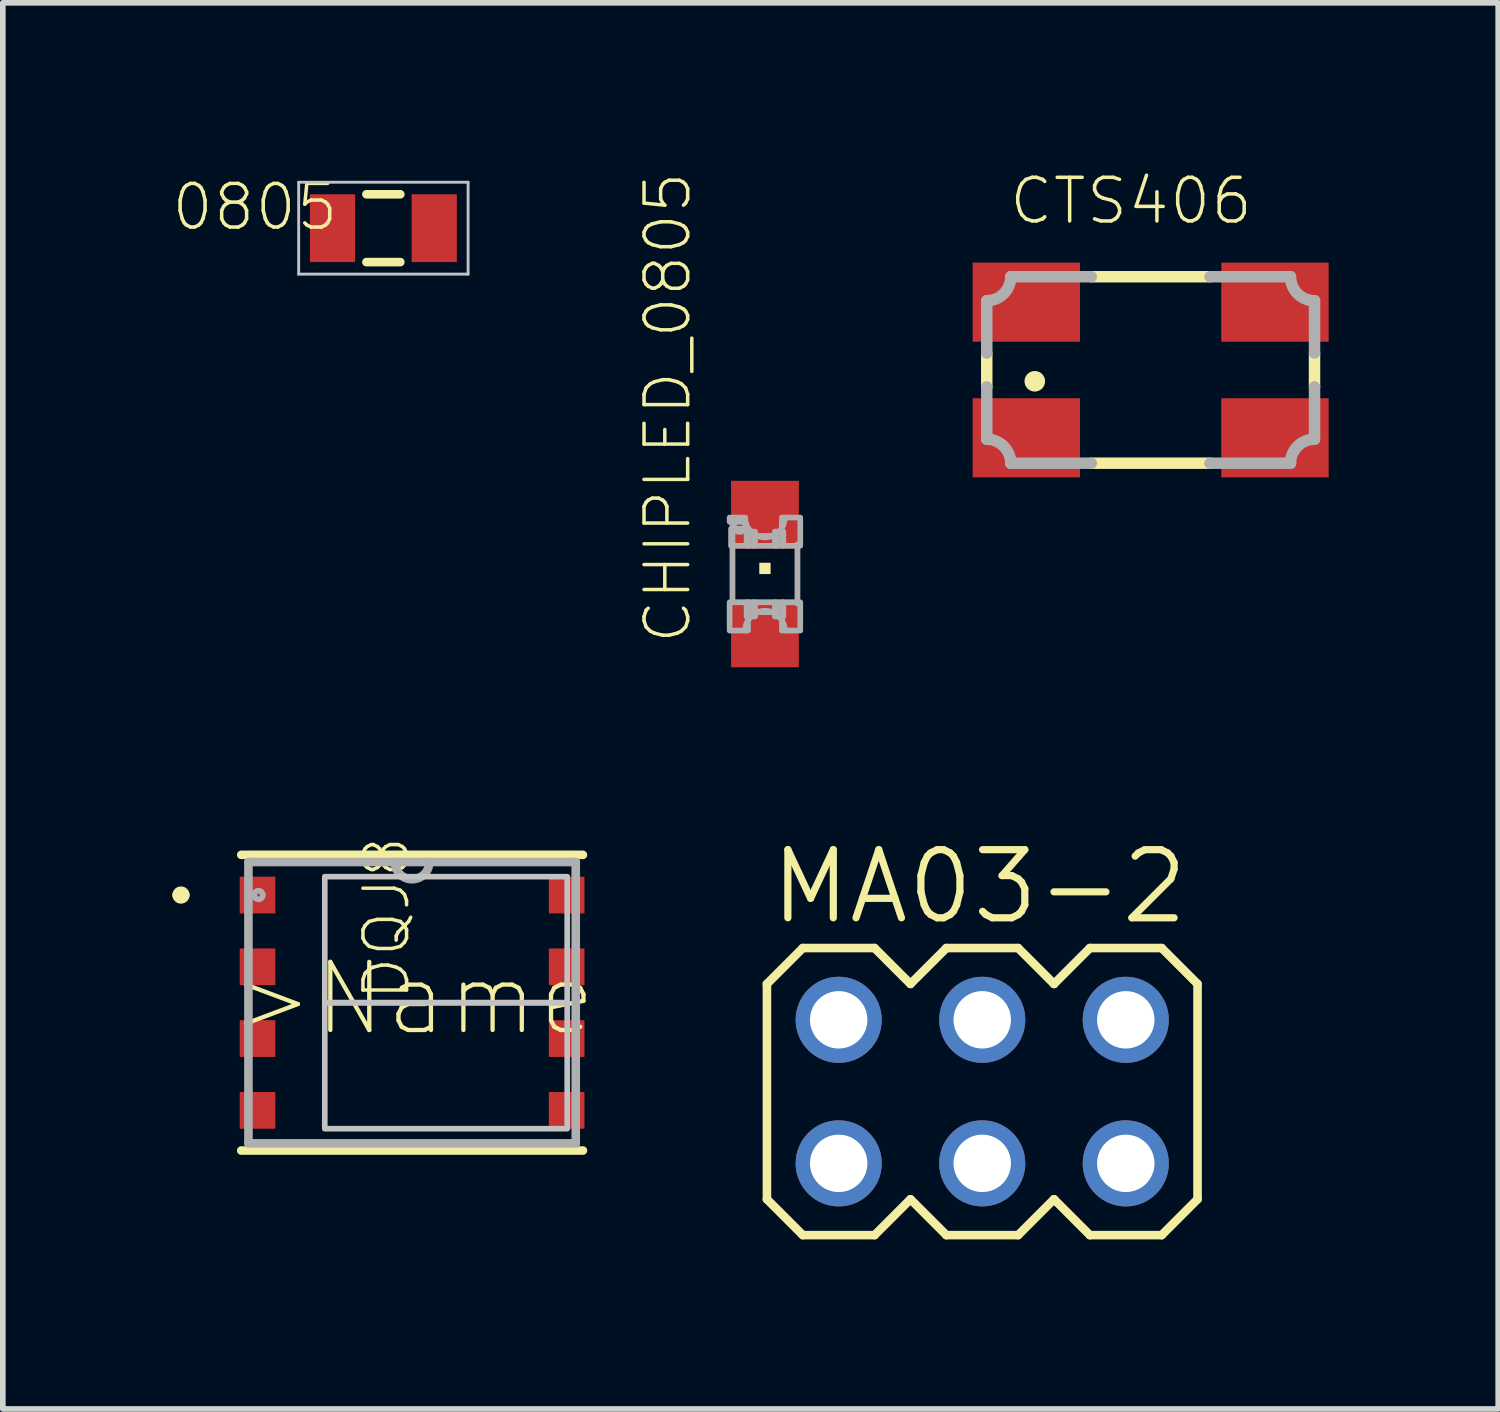
<source format=kicad_pcb>
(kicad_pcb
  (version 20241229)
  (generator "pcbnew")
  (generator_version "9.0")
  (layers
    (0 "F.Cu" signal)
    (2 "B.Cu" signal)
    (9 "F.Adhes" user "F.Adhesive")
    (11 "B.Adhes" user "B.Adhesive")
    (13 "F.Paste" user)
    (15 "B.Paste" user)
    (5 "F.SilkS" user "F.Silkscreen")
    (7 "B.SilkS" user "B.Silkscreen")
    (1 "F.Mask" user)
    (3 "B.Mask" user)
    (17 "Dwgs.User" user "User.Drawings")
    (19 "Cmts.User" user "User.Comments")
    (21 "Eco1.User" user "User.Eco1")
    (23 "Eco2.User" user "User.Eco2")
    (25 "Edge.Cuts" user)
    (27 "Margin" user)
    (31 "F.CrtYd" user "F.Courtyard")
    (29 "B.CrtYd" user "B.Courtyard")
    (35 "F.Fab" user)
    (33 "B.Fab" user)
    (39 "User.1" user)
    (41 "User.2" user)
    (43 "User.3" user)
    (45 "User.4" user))
  (footprint "MA03-2"
    (layer "F.Cu")
    (at 14.331 16.266)
    (property "Reference" "MA03-2" (at -3.81 -2.921 0) (layer "F.SilkS") (effects (font (size 1.206 1.206) (thickness 0.127)) (justify left bottom)))
    (attr through_hole)
    (fp_line (start -3.81 -1.905) (end -3.81 1.905) (stroke (width 0.152) (type solid)) (layer "F.SilkS"))
    (fp_line (start -3.81 1.905) (end -3.175 2.54) (stroke (width 0.152) (type solid)) (layer "F.SilkS"))
    (fp_line (start -3.175 -2.54) (end -3.81 -1.905) (stroke (width 0.152) (type solid)) (layer "F.SilkS"))
    (fp_line (start -3.175 -2.54) (end -1.905 -2.54) (stroke (width 0.152) (type solid)) (layer "F.SilkS"))
    (fp_line (start -1.905 -2.54) (end -1.27 -1.905) (stroke (width 0.152) (type solid)) (layer "F.SilkS"))
    (fp_line (start -1.905 2.54) (end -3.175 2.54) (stroke (width 0.152) (type solid)) (layer "F.SilkS"))
    (fp_line (start -1.27 -1.905) (end -0.635 -2.54) (stroke (width 0.152) (type solid)) (layer "F.SilkS"))
    (fp_line (start -1.27 1.905) (end -1.905 2.54) (stroke (width 0.152) (type solid)) (layer "F.SilkS"))
    (fp_line (start -0.635 -2.54) (end 0.635 -2.54) (stroke (width 0.152) (type solid)) (layer "F.SilkS"))
    (fp_line (start -0.635 2.54) (end -1.27 1.905) (stroke (width 0.152) (type solid)) (layer "F.SilkS"))
    (fp_line (start 0.635 -2.54) (end 1.27 -1.905) (stroke (width 0.152) (type solid)) (layer "F.SilkS"))
    (fp_line (start 0.635 2.54) (end -0.635 2.54) (stroke (width 0.152) (type solid)) (layer "F.SilkS"))
    (fp_line (start 1.27 -1.905) (end 1.905 -2.54) (stroke (width 0.152) (type solid)) (layer "F.SilkS"))
    (fp_line (start 1.27 1.905) (end 0.635 2.54) (stroke (width 0.152) (type solid)) (layer "F.SilkS"))
    (fp_line (start 1.905 -2.54) (end 3.175 -2.54) (stroke (width 0.152) (type solid)) (layer "F.SilkS"))
    (fp_line (start 1.905 2.54) (end 1.27 1.905) (stroke (width 0.152) (type solid)) (layer "F.SilkS"))
    (fp_line (start 3.175 -2.54) (end 3.81 -1.905) (stroke (width 0.152) (type solid)) (layer "F.SilkS"))
    (fp_line (start 3.175 2.54) (end 1.905 2.54) (stroke (width 0.152) (type solid)) (layer "F.SilkS"))
    (fp_line (start 3.81 -1.905) (end 3.81 1.905) (stroke (width 0.152) (type solid)) (layer "F.SilkS"))
    (fp_line (start 3.81 1.905) (end 3.175 2.54) (stroke (width 0.152) (type solid)) (layer "F.SilkS"))
    (fp_poly (pts (xy -2.794 -1.016) (xy -2.286 -1.016) (xy -2.286 -1.524) (xy -2.794 -1.524)) (stroke (width 0.1) (type solid)) (fill no) (layer "F.Fab"))
    (fp_poly (pts (xy -2.794 1.524) (xy -2.286 1.524) (xy -2.286 1.016) (xy -2.794 1.016)) (stroke (width 0.1) (type solid)) (fill no) (layer "F.Fab"))
    (fp_poly (pts (xy -0.254 -1.016) (xy 0.254 -1.016) (xy 0.254 -1.524) (xy -0.254 -1.524)) (stroke (width 0.1) (type solid)) (fill no) (layer "F.Fab"))
    (fp_poly (pts (xy -0.254 1.524) (xy 0.254 1.524) (xy 0.254 1.016) (xy -0.254 1.016)) (stroke (width 0.1) (type solid)) (fill no) (layer "F.Fab"))
    (fp_poly (pts (xy 2.286 -1.016) (xy 2.794 -1.016) (xy 2.794 -1.524) (xy 2.286 -1.524)) (stroke (width 0.1) (type solid)) (fill no) (layer "F.Fab"))
    (fp_poly (pts (xy 2.286 1.524) (xy 2.794 1.524) (xy 2.794 1.016) (xy 2.286 1.016)) (stroke (width 0.1) (type solid)) (fill no) (layer "F.Fab"))
    (pad "1" thru_hole circle (at -2.54 1.27) (size 1.524 1.524) (drill 1.016) (layers "*.Cu" "*.Mask"))
    (pad "2" thru_hole circle (at -2.54 -1.27) (size 1.524 1.524) (drill 1.016) (layers "*.Cu" "*.Mask"))
    (pad "3" thru_hole circle (at 0 1.27) (size 1.524 1.524) (drill 1.016) (layers "*.Cu" "*.Mask"))
    (pad "4" thru_hole circle (at 0 -1.27) (size 1.524 1.524) (drill 1.016) (layers "*.Cu" "*.Mask"))
    (pad "5" thru_hole circle (at 2.54 1.27) (size 1.524 1.524) (drill 1.016) (layers "*.Cu" "*.Mask"))
    (pad "6" thru_hole circle (at 2.54 -1.27) (size 1.524 1.524) (drill 1.016) (layers "*.Cu" "*.Mask")))
  (footprint "CTS406"
    (layer "F.Cu")
    (at 17.311 3.497)
    (property "Reference" "CTS406" (at -2.54 -2.54 0) (layer "F.SilkS") (effects (font (size 0.772 0.772) (thickness 0.062)) (justify left bottom)))
    (attr through_hole)
    (fp_line (start -2.9 0.3) (end -2.9 -0.3) (stroke (width 0.203) (type solid)) (layer "F.SilkS"))
    (fp_line (start -1.05 -1.65) (end 1.05 -1.65) (stroke (width 0.203) (type solid)) (layer "F.SilkS"))
    (fp_line (start 1.05 1.65) (end -1.05 1.65) (stroke (width 0.203) (type solid)) (layer "F.SilkS"))
    (fp_line (start 2.9 -0.3) (end 2.9 0.3) (stroke (width 0.203) (type solid)) (layer "F.SilkS"))
    (fp_circle (center -2.05 0.2) (end -1.868 0.2) (stroke (width 0) (type solid)) (fill yes) (layer "F.SilkS"))
    (fp_line (start -2.9 -0.3) (end -2.9 -1.225) (stroke (width 0.203) (type solid)) (layer "F.Fab"))
    (fp_line (start -2.9 1.225) (end -2.9 0.3) (stroke (width 0.203) (type solid)) (layer "F.Fab"))
    (fp_line (start -2.475 -1.65) (end -1.05 -1.65) (stroke (width 0.203) (type solid)) (layer "F.Fab"))
    (fp_line (start -1.05 1.65) (end -2.475 1.65) (stroke (width 0.203) (type solid)) (layer "F.Fab"))
    (fp_line (start 1.05 -1.65) (end 2.475 -1.65) (stroke (width 0.203) (type solid)) (layer "F.Fab"))
    (fp_line (start 2.475 1.65) (end 1.05 1.65) (stroke (width 0.203) (type solid)) (layer "F.Fab"))
    (fp_line (start 2.9 -1.225) (end 2.9 -0.3) (stroke (width 0.203) (type solid)) (layer "F.Fab"))
    (fp_line (start 2.9 0.3) (end 2.9 1.225) (stroke (width 0.203) (type solid)) (layer "F.Fab"))
    (fp_arc (start -2.899998 1.225) (mid -2.600003 1.350005) (end -2.475 1.65) (stroke (width 0.2032) (type solid)) (layer "F.Fab"))
    (fp_arc (start -2.475 -1.649998) (mid -2.600005 -1.350003) (end -2.9 -1.225) (stroke (width 0.2032) (type solid)) (layer "F.Fab"))
    (fp_arc (start 2.475 1.649998) (mid 2.600005 1.350003) (end 2.9 1.225) (stroke (width 0.2032) (type solid)) (layer "F.Fab"))
    (fp_arc (start 2.899998 -1.225) (mid 2.600003 -1.350005) (end 2.475 -1.65) (stroke (width 0.2032) (type solid)) (layer "F.Fab"))
    (pad "1" smd rect (at -2.2 1.2) (size 1.9 1.4) (layers "F.Cu" "F.Mask" "F.Paste"))
    (pad "2" smd rect (at 2.2 1.2) (size 1.9 1.4) (layers "F.Cu" "F.Mask" "F.Paste"))
    (pad "3" smd rect (at 2.2 -1.2) (size 1.9 1.4) (layers "F.Cu" "F.Mask" "F.Paste"))
    (pad "4" smd rect (at -2.2 -1.2) (size 1.9 1.4) (layers "F.Cu" "F.Mask" "F.Paste")))
  (footprint "DQJ8"
    (layer "F.Cu")
    (at 4.242 14.693)
    (property "Reference" "DQJ8" (at 0 0 90) (layer "F.SilkS") (effects (font (size 0.772 0.772) (thickness 0.062)) (justify left bottom)))
    (attr through_hole)
    (fp_poly (pts (xy -3.12 -2.3) (xy -3.12 -1.51) (xy -2.35 -1.51) (xy -2.35 -2.3)) (stroke (width 0) (type solid)) (fill yes) (layer "F.Mask"))
    (fp_poly (pts (xy -3.12 -1.03) (xy -3.12 -0.24) (xy -2.35 -0.24) (xy -2.35 -1.03)) (stroke (width 0) (type solid)) (fill yes) (layer "F.Mask"))
    (fp_poly (pts (xy -3.12 0.24) (xy -3.12 1.03) (xy -2.35 1.03) (xy -2.35 0.24)) (stroke (width 0) (type solid)) (fill yes) (layer "F.Mask"))
    (fp_poly (pts (xy -3.12 1.51) (xy -3.12 2.3) (xy -2.35 2.3) (xy -2.35 1.51)) (stroke (width 0) (type solid)) (fill yes) (layer "F.Mask"))
    (fp_poly (pts (xy 2.35 -2.3) (xy 2.35 -1.51) (xy 3.12 -1.51) (xy 3.12 -2.3)) (stroke (width 0) (type solid)) (fill yes) (layer "F.Mask"))
    (fp_poly (pts (xy 2.35 -1.03) (xy 2.35 -0.24) (xy 3.12 -0.24) (xy 3.12 -1.03)) (stroke (width 0) (type solid)) (fill yes) (layer "F.Mask"))
    (fp_poly (pts (xy 2.35 0.24) (xy 2.35 1.03) (xy 3.12 1.03) (xy 3.12 0.24)) (stroke (width 0) (type solid)) (fill yes) (layer "F.Mask"))
    (fp_poly (pts (xy 2.35 1.51) (xy 2.35 2.3) (xy 3.12 2.3) (xy 3.12 1.51)) (stroke (width 0) (type solid)) (fill yes) (layer "F.Mask"))
    (fp_poly (pts (xy 2.745 -2.23) (xy -1.545 -2.23) (xy -1.545 0) (xy 2.745 0)) (stroke (width 0) (type solid)) (fill yes) (layer "F.Mask"))
    (fp_poly (pts (xy 2.745 2.23) (xy -1.545 2.23) (xy -1.545 0) (xy 2.745 0)) (stroke (width 0) (type solid)) (fill yes) (layer "F.Mask"))
    (fp_line (start -3.023 2.616) (end 3.023 2.616) (stroke (width 0.152) (type solid)) (layer "F.SilkS"))
    (fp_line (start 3.023 -2.616) (end -3.023 -2.616) (stroke (width 0.152) (type solid)) (layer "F.SilkS"))
    (fp_arc (start -4.1656 -1.905) (mid -4.0894 -1.9812) (end -4.0132 -1.905) (stroke (width 0.1524) (type solid)) (layer "F.SilkS"))
    (fp_arc (start -4.0132 -1.905) (mid -4.0894 -1.8288) (end -4.1656 -1.905) (stroke (width 0.1524) (type solid)) (layer "F.SilkS"))
    (fp_poly (pts (xy -0.18 -0.31) (xy -1.415 -0.31) (xy -1.415 -1.88) (xy -0.18 -1.88)) (stroke (width 0) (type solid)) (fill yes) (layer "F.Paste"))
    (fp_poly (pts (xy -0.18 0.31) (xy -1.415 0.31) (xy -1.415 1.88) (xy -0.18 1.88)) (stroke (width 0) (type solid)) (fill yes) (layer "F.Paste"))
    (fp_poly (pts (xy 0.32 -0.31) (xy 1.905 -0.31) (xy 1.905 -1.88) (xy 0.32 -1.88)) (stroke (width 0) (type solid)) (fill yes) (layer "F.Paste"))
    (fp_poly (pts (xy 0.32 0.31) (xy 1.905 0.31) (xy 1.905 1.88) (xy 0.32 1.88)) (stroke (width 0) (type solid)) (fill yes) (layer "F.Paste"))
    (fp_poly (pts (xy 2.745 -2.23) (xy -1.545 -2.23) (xy -1.545 0) (xy 2.745 0)) (stroke (width 0.1) (type solid)) (fill no) (layer "Dwgs.User"))
    (fp_poly (pts (xy 2.745 2.23) (xy -1.545 2.23) (xy -1.545 0) (xy 2.745 0)) (stroke (width 0.1) (type solid)) (fill no) (layer "Dwgs.User"))
    (fp_line (start -2.896 -2.489) (end -2.896 2.489) (stroke (width 0.152) (type solid)) (layer "F.Fab"))
    (fp_line (start -2.896 2.489) (end 2.896 2.489) (stroke (width 0.152) (type solid)) (layer "F.Fab"))
    (fp_line (start -0.305 -2.489) (end -2.896 -2.489) (stroke (width 0.152) (type solid)) (layer "F.Fab"))
    (fp_line (start 0.305 -2.489) (end -0.305 -2.489) (stroke (width 0.152) (type solid)) (layer "F.Fab"))
    (fp_line (start 2.896 -2.489) (end 0.305 -2.489) (stroke (width 0.152) (type solid)) (layer "F.Fab"))
    (fp_line (start 2.896 2.489) (end 2.896 -2.489) (stroke (width 0.152) (type solid)) (layer "F.Fab"))
    (fp_arc (start -2.794 -1.905) (mid -2.7178 -1.9812) (end -2.6416 -1.905) (stroke (width 0.1) (type solid)) (layer "F.Fab"))
    (fp_arc (start -2.6416 -1.905) (mid -2.7178 -1.8288) (end -2.794 -1.905) (stroke (width 0.1) (type solid)) (layer "F.Fab"))
    (fp_arc (start 0.3048 -2.4892) (mid 0 -2.1844) (end -0.3048 -2.4892) (stroke (width 0.1524) (type solid)) (layer "F.Fab"))
    (fp_text user ">Name" (at -3.277 0.635 0) (layer "F.SilkS") (effects (font (size 1.206 1.206) (thickness 0.076)) (justify left bottom)))
    (pad "1" smd rect (at -2.735 -1.905) (size 0.63 0.65) (layers "F.Cu" "F.Mask" "F.Paste"))
    (pad "2" smd rect (at -2.735 -0.635) (size 0.63 0.65) (layers "F.Cu" "F.Mask" "F.Paste"))
    (pad "3" smd rect (at -2.735 0.635) (size 0.63 0.65) (layers "F.Cu" "F.Mask" "F.Paste"))
    (pad "4" smd rect (at -2.735 1.905) (size 0.63 0.65) (layers "F.Cu" "F.Mask" "F.Paste"))
    (pad "5" smd rect (at 2.735 1.905) (size 0.63 0.65) (layers "F.Cu" "F.Mask" "F.Paste"))
    (pad "6" smd rect (at 2.735 0.635) (size 0.63 0.65) (layers "F.Cu" "F.Mask" "F.Paste"))
    (pad "7" smd rect (at 2.735 -0.635) (size 0.63 0.65) (layers "F.Cu" "F.Mask" "F.Paste"))
    (pad "8" smd rect (at 2.735 -1.905) (size 0.63 0.65) (layers "F.Cu" "F.Mask" "F.Paste")))
  (footprint "0805"
    (layer "F.Cu")
    (at 3.734 0.988)
    (property "Reference" "0805" (at -0.762 -0.826 180) (layer "F.SilkS") (effects (font (size 0.772 0.772) (thickness 0.062)) (justify right top)))
    (attr through_hole)
    (fp_line (start -0.3 -0.6) (end 0.3 -0.6) (stroke (width 0.152) (type solid)) (layer "F.SilkS"))
    (fp_line (start -0.3 0.6) (end 0.3 0.6) (stroke (width 0.152) (type solid)) (layer "F.SilkS"))
    (fp_line (start -1.499 -0.813) (end 1.499 -0.813) (stroke (width 0.051) (type solid)) (layer "Dwgs.User"))
    (fp_line (start -1.499 0.813) (end -1.499 -0.813) (stroke (width 0.051) (type solid)) (layer "Dwgs.User"))
    (fp_line (start 1.499 -0.813) (end 1.499 0.813) (stroke (width 0.051) (type solid)) (layer "Dwgs.User"))
    (fp_line (start 1.499 0.813) (end -1.499 0.813) (stroke (width 0.051) (type solid)) (layer "Dwgs.User"))
    (pad "1" smd rect (at -0.9 0) (size 0.8 1.2) (layers "F.Cu" "F.Mask" "F.Paste"))
    (pad "2" smd rect (at 0.9 0) (size 0.8 1.2) (layers "F.Cu" "F.Mask" "F.Paste")))
  (footprint "CHIPLED_0805"
    (layer "F.Cu")
    (at 10.486 7.108)
    (property "Reference" "CHIPLED_0805" (at -1.27 1.27 270) (layer "F.SilkS") (effects (font (size 0.772 0.772) (thickness 0.062)) (justify left bottom)))
    (attr through_hole)
    (fp_poly (pts (xy -0.1 0) (xy 0.1 0) (xy 0.1 -0.2) (xy -0.1 -0.2)) (stroke (width 0) (type solid)) (fill yes) (layer "F.SilkS"))
    (fp_line (start -0.575 0.5) (end -0.575 -0.925) (stroke (width 0.102) (type solid)) (layer "F.Fab"))
    (fp_line (start 0.575 -0.525) (end 0.575 0.525) (stroke (width 0.102) (type solid)) (layer "F.Fab"))
    (fp_arc (start -0.35 1) (mid 0 0.65) (end 0.35 1) (stroke (width 0.1016) (type solid)) (layer "F.Fab"))
    (fp_arc (start 0.35 -1) (mid 0 -0.65) (end -0.35 -1) (stroke (width 0.1016) (type solid)) (layer "F.Fab"))
    (fp_circle (center -0.45 -0.85) (end -0.347 -0.85) (stroke (width 0.102) (type solid)) (fill no) (layer "F.Fab"))
    (fp_poly (pts (xy -0.625 -0.925) (xy -0.4 -0.925) (xy -0.4 -1) (xy -0.625 -1)) (stroke (width 0.1) (type solid)) (fill no) (layer "F.Fab"))
    (fp_poly (pts (xy -0.625 1) (xy -0.3 1) (xy -0.3 0.5) (xy -0.625 0.5)) (stroke (width 0.1) (type solid)) (fill no) (layer "F.Fab"))
    (fp_poly (pts (xy -0.6 -0.5) (xy -0.3 -0.5) (xy -0.3 -0.8) (xy -0.6 -0.8)) (stroke (width 0.1) (type solid)) (fill no) (layer "F.Fab"))
    (fp_poly (pts (xy -0.325 -0.5) (xy -0.175 -0.5) (xy -0.175 -0.75) (xy -0.325 -0.75)) (stroke (width 0.1) (type solid)) (fill no) (layer "F.Fab"))
    (fp_poly (pts (xy -0.325 0.75) (xy -0.175 0.75) (xy -0.175 0.5) (xy -0.325 0.5)) (stroke (width 0.1) (type solid)) (fill no) (layer "F.Fab"))
    (fp_poly (pts (xy -0.2 -0.5) (xy 0.2 -0.5) (xy 0.2 -0.675) (xy -0.2 -0.675)) (stroke (width 0.1) (type solid)) (fill no) (layer "F.Fab"))
    (fp_poly (pts (xy -0.2 0.675) (xy 0.2 0.675) (xy 0.2 0.5) (xy -0.2 0.5)) (stroke (width 0.1) (type solid)) (fill no) (layer "F.Fab"))
    (fp_poly (pts (xy 0.175 -0.5) (xy 0.325 -0.5) (xy 0.325 -0.75) (xy 0.175 -0.75)) (stroke (width 0.1) (type solid)) (fill no) (layer "F.Fab"))
    (fp_poly (pts (xy 0.175 0.75) (xy 0.325 0.75) (xy 0.325 0.5) (xy 0.175 0.5)) (stroke (width 0.1) (type solid)) (fill no) (layer "F.Fab"))
    (fp_poly (pts (xy 0.3 -0.5) (xy 0.625 -0.5) (xy 0.625 -1) (xy 0.3 -1)) (stroke (width 0.1) (type solid)) (fill no) (layer "F.Fab"))
    (fp_poly (pts (xy 0.3 1) (xy 0.625 1) (xy 0.625 0.5) (xy 0.3 0.5)) (stroke (width 0.1) (type solid)) (fill no) (layer "F.Fab"))
    (pad "A" smd rect (at 0 1.05) (size 1.2 1.2) (layers "F.Cu" "F.Mask" "F.Paste"))
    (pad "C" smd rect (at 0 -1.05) (size 1.2 1.2) (layers "F.Cu" "F.Mask" "F.Paste")))
  (gr_rect
    (start -3 -3)
    (end 23.461 21.882)
    (stroke (width 0.1) (type default))
    (fill no)
    (layer "Edge.Cuts")))
</source>
